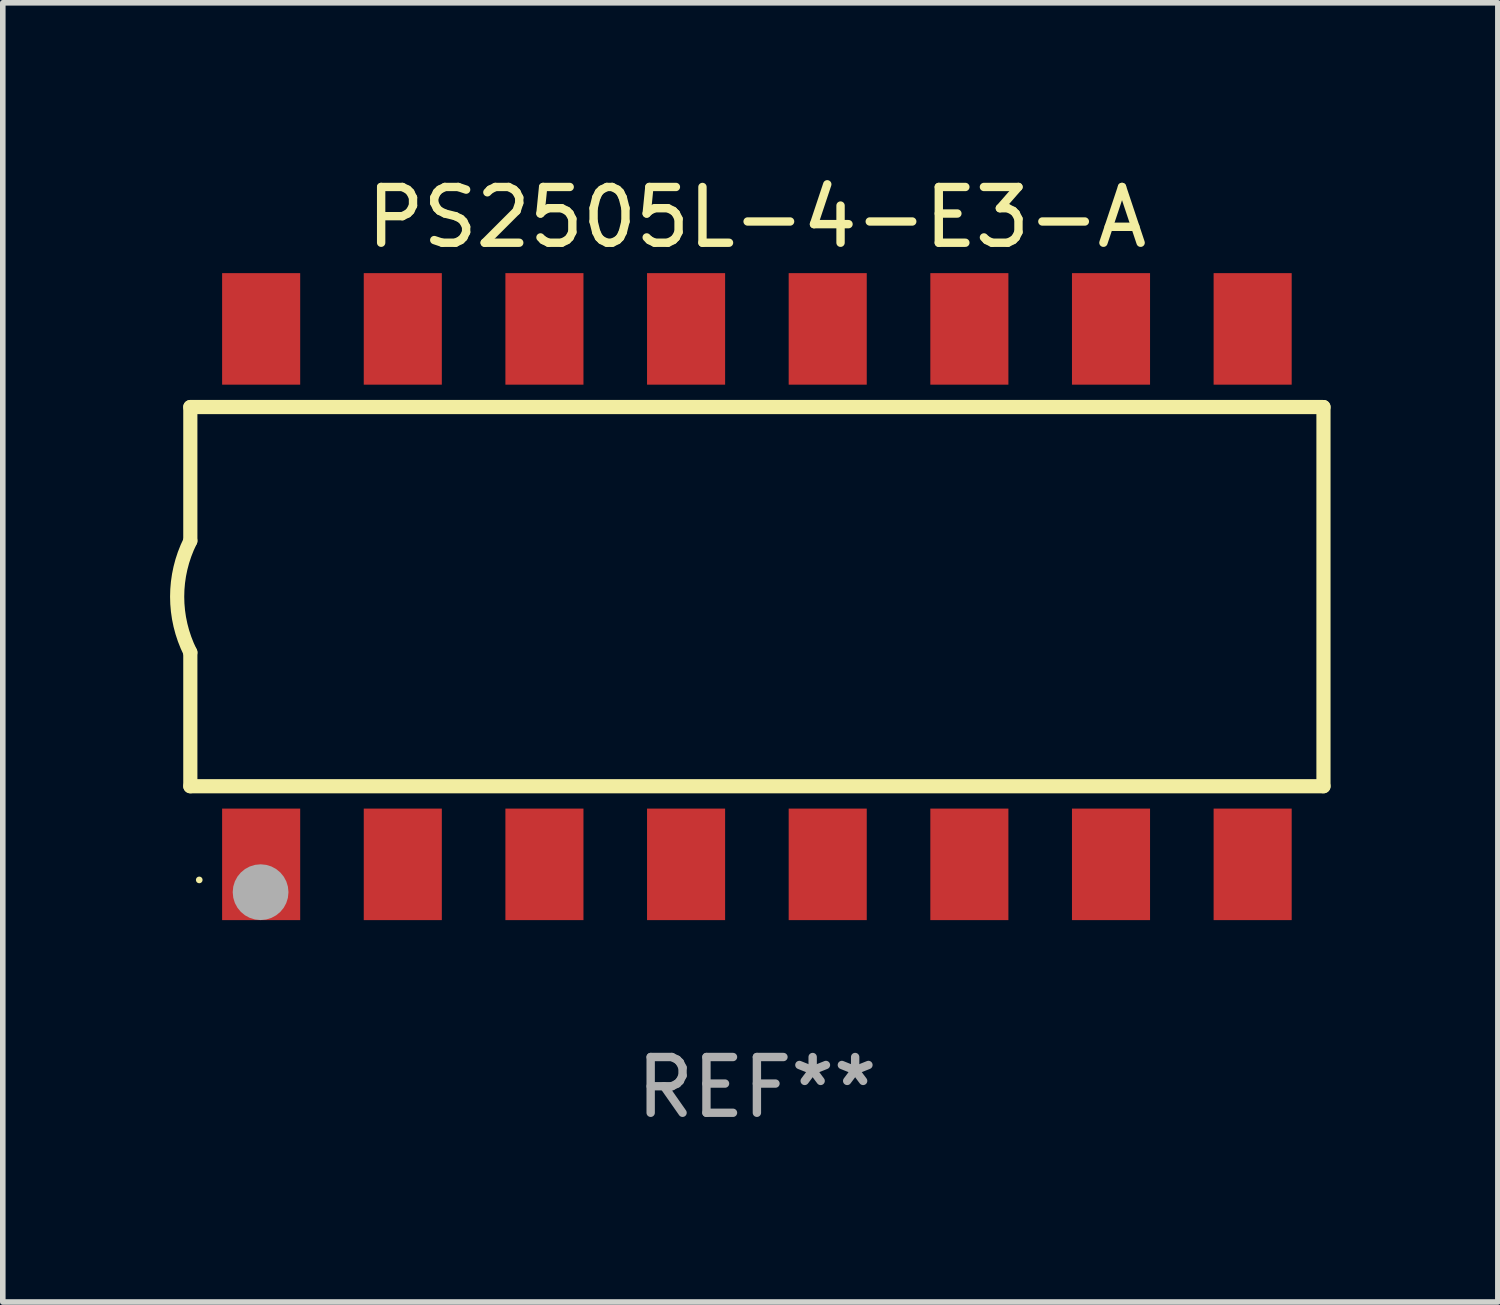
<source format=kicad_pcb>
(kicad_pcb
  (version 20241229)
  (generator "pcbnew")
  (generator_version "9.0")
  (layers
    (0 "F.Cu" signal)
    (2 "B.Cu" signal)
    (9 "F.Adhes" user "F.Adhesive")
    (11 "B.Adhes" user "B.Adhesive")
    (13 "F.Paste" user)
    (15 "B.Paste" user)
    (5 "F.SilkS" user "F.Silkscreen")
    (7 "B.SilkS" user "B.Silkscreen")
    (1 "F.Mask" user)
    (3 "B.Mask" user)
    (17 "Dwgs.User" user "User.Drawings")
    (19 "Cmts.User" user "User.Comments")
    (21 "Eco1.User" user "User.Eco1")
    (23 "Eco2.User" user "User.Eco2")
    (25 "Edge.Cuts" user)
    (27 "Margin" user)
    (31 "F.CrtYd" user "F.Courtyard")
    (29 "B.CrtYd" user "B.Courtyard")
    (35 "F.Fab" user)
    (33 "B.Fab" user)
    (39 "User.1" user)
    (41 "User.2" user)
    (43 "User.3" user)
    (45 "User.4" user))
  (footprint "PS2505L-4-E3-A"
    (layer "F.Cu")
    (at 10.523 7.649)
    (property "Reference" "PS2505L-4-E3-A" (at 0 -6.801 0) (layer "F.SilkS") (effects (font (size 1 1) (thickness 0.15))))
    (attr through_hole)
    (fp_line (start -10.16 -3.4) (end -10.16 -1) (stroke (width 0.254) (type solid)) (layer "F.SilkS"))
    (fp_line (start -10.16 3.4) (end -10.16 1) (stroke (width 0.254) (type solid)) (layer "F.SilkS"))
    (fp_line (start 10.16 -3.4) (end -10.16 -3.4) (stroke (width 0.254) (type solid)) (layer "F.SilkS"))
    (fp_line (start 10.16 -3.4) (end 10.16 3.4) (stroke (width 0.254) (type solid)) (layer "F.SilkS"))
    (fp_line (start 10.16 3.4) (end -10.16 3.4) (stroke (width 0.254) (type solid)) (layer "F.SilkS"))
    (fp_arc (start -10.16002 1.000762) (mid -10.396178 0.000381) (end -10.16002 -1) (stroke (width 0.254001) (type solid)) (layer "F.SilkS"))
    (fp_circle (center -10 5.08) (end -9.97 5.08) (stroke (width 0.06) (type solid)) (fill no) (layer "F.SilkS"))
    (fp_circle (center -8.9 5.3) (end -8.65 5.3) (stroke (width 0.5) (type solid)) (fill no) (layer "F.Fab"))
    (fp_text user "REF**" (at 0 8.801 0) (layer "F.Fab") (effects (font (size 1 1) (thickness 0.15))))
    (pad "1" smd rect (at -8.89 4.801 180) (size 1.4 2) (layers "F.Cu" "F.Mask" "F.Paste"))
    (pad "2" smd rect (at -6.35 4.801 180) (size 1.4 2) (layers "F.Cu" "F.Mask" "F.Paste"))
    (pad "3" smd rect (at -3.81 4.801 180) (size 1.4 2) (layers "F.Cu" "F.Mask" "F.Paste"))
    (pad "4" smd rect (at -1.27 4.801 180) (size 1.4 2) (layers "F.Cu" "F.Mask" "F.Paste"))
    (pad "5" smd rect (at 1.27 4.801 180) (size 1.4 2) (layers "F.Cu" "F.Mask" "F.Paste"))
    (pad "6" smd rect (at 3.81 4.801 180) (size 1.4 2) (layers "F.Cu" "F.Mask" "F.Paste"))
    (pad "7" smd rect (at 6.35 4.801 180) (size 1.4 2) (layers "F.Cu" "F.Mask" "F.Paste"))
    (pad "8" smd rect (at 8.89 4.801 180) (size 1.4 2) (layers "F.Cu" "F.Mask" "F.Paste"))
    (pad "9" smd rect (at 8.89 -4.801 180) (size 1.4 2) (layers "F.Cu" "F.Mask" "F.Paste"))
    (pad "10" smd rect (at 6.35 -4.801 180) (size 1.4 2) (layers "F.Cu" "F.Mask" "F.Paste"))
    (pad "11" smd rect (at 3.81 -4.801 180) (size 1.4 2) (layers "F.Cu" "F.Mask" "F.Paste"))
    (pad "12" smd rect (at 1.27 -4.801 180) (size 1.4 2) (layers "F.Cu" "F.Mask" "F.Paste"))
    (pad "13" smd rect (at -1.27 -4.801 180) (size 1.4 2) (layers "F.Cu" "F.Mask" "F.Paste"))
    (pad "14" smd rect (at -3.81 -4.801 180) (size 1.4 2) (layers "F.Cu" "F.Mask" "F.Paste"))
    (pad "15" smd rect (at -6.35 -4.801 180) (size 1.4 2) (layers "F.Cu" "F.Mask" "F.Paste"))
    (pad "16" smd rect (at -8.89 -4.801 180) (size 1.4 2) (layers "F.Cu" "F.Mask" "F.Paste")))
  (gr_rect
    (start -3 -3)
    (end 23.81 20.298)
    (stroke (width 0.1) (type default))
    (fill no)
    (layer "Edge.Cuts")))
</source>
